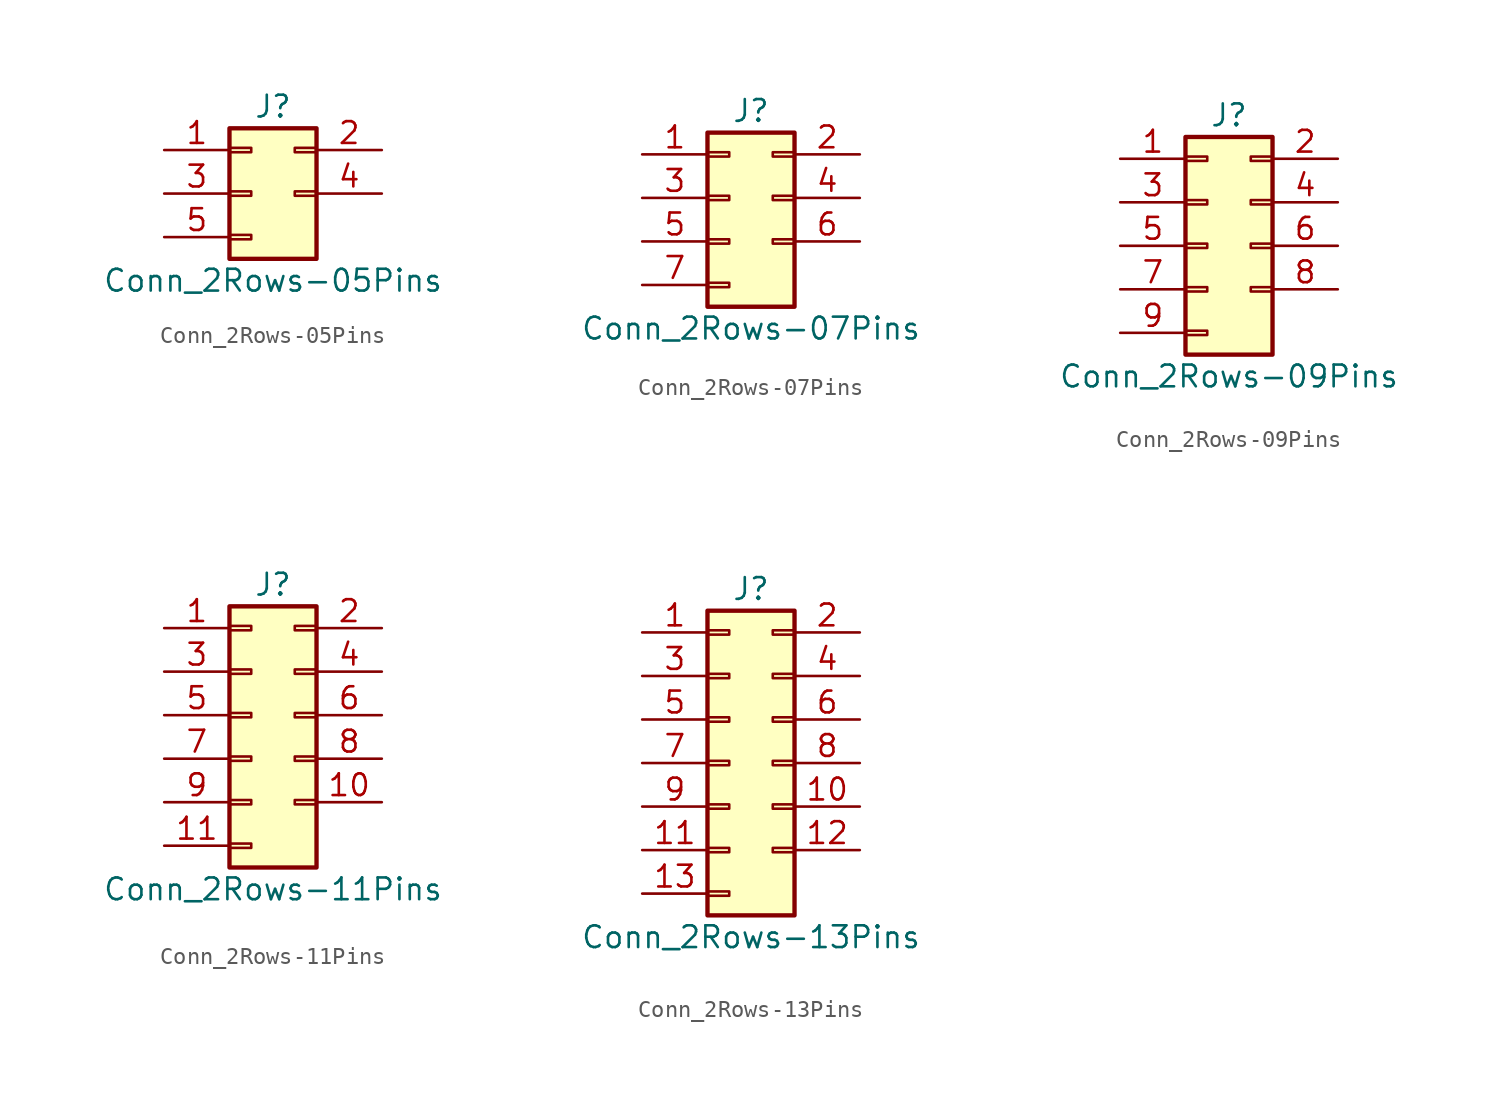
<source format=kicad_sym>
(kicad_symbol_lib
  (version 20201005)
  (generator kicad_symbol_editor)
  (symbol "Connector_Generic:Conn_2Rows-05Pins"
    (pin_names
      (offset 1.016) hide)
    (property "Reference" "J"
      (at 1.27 5.08 0)
      (effects (font (size 1.27 1.27))))
    (property "Value" "Conn_2Rows-05Pins"
      (at 1.27 -5.08 0)
      (effects (font (size 1.27 1.27))))
    (symbol "Conn_2Rows-05Pins_1_1"
      (rectangle (start -1.27 -2.413) (end 0 -2.667) (stroke (width 0.152)) (fill (type none)))
      (rectangle (start -1.27 2.667) (end 0 2.413) (stroke (width 0.152)) (fill (type none)))
      (rectangle (start -1.27 3.81) (end 3.81 -3.81) (stroke (width 0.254)) (fill (type background)))
      (rectangle (start -1.27 0.127) (end 0 -0.127) (stroke (width 0.152)) (fill (type none)))
      (rectangle (start 3.81 2.667) (end 2.54 2.413) (stroke (width 0.152)) (fill (type none)))
      (rectangle (start 3.81 0.127) (end 2.54 -0.127) (stroke (width 0.152)) (fill (type none)))
      (pin passive line (at -5.08 2.54 0) (length 3.81) (name "Pin_1" (effects (font (size 1.27 1.27)))) (number "1" (effects (font (size 1.27 1.27)))))
      (pin passive line (at 7.62 2.54 180) (length 3.81) (name "Pin_2" (effects (font (size 1.27 1.27)))) (number "2" (effects (font (size 1.27 1.27)))))
      (pin passive line (at -5.08 0 0) (length 3.81) (name "Pin_3" (effects (font (size 1.27 1.27)))) (number "3" (effects (font (size 1.27 1.27)))))
      (pin passive line (at 7.62 0 180) (length 3.81) (name "Pin_4" (effects (font (size 1.27 1.27)))) (number "4" (effects (font (size 1.27 1.27)))))
      (pin passive line (at -5.08 -2.54 0) (length 3.81) (name "Pin_5" (effects (font (size 1.27 1.27)))) (number "5" (effects (font (size 1.27 1.27)))))))
  (symbol "Connector_Generic:Conn_2Rows-07Pins"
    (pin_names
      (offset 1.016) hide)
    (property "Reference" "J"
      (at 1.27 5.08 0)
      (effects (font (size 1.27 1.27))))
    (property "Value" "Conn_2Rows-07Pins"
      (at 1.27 -7.62 0)
      (effects (font (size 1.27 1.27))))
    (symbol "Conn_2Rows-07Pins_1_1"
      (rectangle (start -1.27 -4.953) (end 0 -5.207) (stroke (width 0.152)) (fill (type none)))
      (rectangle (start -1.27 -2.413) (end 0 -2.667) (stroke (width 0.152)) (fill (type none)))
      (rectangle (start -1.27 2.667) (end 0 2.413) (stroke (width 0.152)) (fill (type none)))
      (rectangle (start -1.27 3.81) (end 3.81 -6.35) (stroke (width 0.254)) (fill (type background)))
      (rectangle (start -1.27 0.127) (end 0 -0.127) (stroke (width 0.152)) (fill (type none)))
      (rectangle (start 3.81 -2.413) (end 2.54 -2.667) (stroke (width 0.152)) (fill (type none)))
      (rectangle (start 3.81 2.667) (end 2.54 2.413) (stroke (width 0.152)) (fill (type none)))
      (rectangle (start 3.81 0.127) (end 2.54 -0.127) (stroke (width 0.152)) (fill (type none)))
      (pin passive line (at -5.08 2.54 0) (length 3.81) (name "Pin_1" (effects (font (size 1.27 1.27)))) (number "1" (effects (font (size 1.27 1.27)))))
      (pin passive line (at 7.62 2.54 180) (length 3.81) (name "Pin_2" (effects (font (size 1.27 1.27)))) (number "2" (effects (font (size 1.27 1.27)))))
      (pin passive line (at -5.08 0 0) (length 3.81) (name "Pin_3" (effects (font (size 1.27 1.27)))) (number "3" (effects (font (size 1.27 1.27)))))
      (pin passive line (at 7.62 0 180) (length 3.81) (name "Pin_4" (effects (font (size 1.27 1.27)))) (number "4" (effects (font (size 1.27 1.27)))))
      (pin passive line (at -5.08 -2.54 0) (length 3.81) (name "Pin_5" (effects (font (size 1.27 1.27)))) (number "5" (effects (font (size 1.27 1.27)))))
      (pin passive line (at 7.62 -2.54 180) (length 3.81) (name "Pin_6" (effects (font (size 1.27 1.27)))) (number "6" (effects (font (size 1.27 1.27)))))
      (pin passive line (at -5.08 -5.08 0) (length 3.81) (name "Pin_7" (effects (font (size 1.27 1.27)))) (number "7" (effects (font (size 1.27 1.27)))))))
  (symbol "Connector_Generic:Conn_2Rows-09Pins"
    (pin_names
      (offset 1.016) hide)
    (property "Reference" "J"
      (at 1.27 7.62 0)
      (effects (font (size 1.27 1.27))))
    (property "Value" "Conn_2Rows-09Pins"
      (at 1.27 -7.62 0)
      (effects (font (size 1.27 1.27))))
    (symbol "Conn_2Rows-09Pins_1_1"
      (rectangle (start -1.27 -4.953) (end 0 -5.207) (stroke (width 0.152)) (fill (type none)))
      (rectangle (start -1.27 -2.413) (end 0 -2.667) (stroke (width 0.152)) (fill (type none)))
      (rectangle (start -1.27 2.667) (end 0 2.413) (stroke (width 0.152)) (fill (type none)))
      (rectangle (start -1.27 5.207) (end 0 4.953) (stroke (width 0.152)) (fill (type none)))
      (rectangle (start -1.27 6.35) (end 3.81 -6.35) (stroke (width 0.254)) (fill (type background)))
      (rectangle (start -1.27 0.127) (end 0 -0.127) (stroke (width 0.152)) (fill (type none)))
      (rectangle (start 3.81 -2.413) (end 2.54 -2.667) (stroke (width 0.152)) (fill (type none)))
      (rectangle (start 3.81 2.667) (end 2.54 2.413) (stroke (width 0.152)) (fill (type none)))
      (rectangle (start 3.81 5.207) (end 2.54 4.953) (stroke (width 0.152)) (fill (type none)))
      (rectangle (start 3.81 0.127) (end 2.54 -0.127) (stroke (width 0.152)) (fill (type none)))
      (pin passive line (at -5.08 5.08 0) (length 3.81) (name "Pin_1" (effects (font (size 1.27 1.27)))) (number "1" (effects (font (size 1.27 1.27)))))
      (pin passive line (at 7.62 5.08 180) (length 3.81) (name "Pin_2" (effects (font (size 1.27 1.27)))) (number "2" (effects (font (size 1.27 1.27)))))
      (pin passive line (at -5.08 2.54 0) (length 3.81) (name "Pin_3" (effects (font (size 1.27 1.27)))) (number "3" (effects (font (size 1.27 1.27)))))
      (pin passive line (at 7.62 2.54 180) (length 3.81) (name "Pin_4" (effects (font (size 1.27 1.27)))) (number "4" (effects (font (size 1.27 1.27)))))
      (pin passive line (at -5.08 0 0) (length 3.81) (name "Pin_5" (effects (font (size 1.27 1.27)))) (number "5" (effects (font (size 1.27 1.27)))))
      (pin passive line (at 7.62 0 180) (length 3.81) (name "Pin_6" (effects (font (size 1.27 1.27)))) (number "6" (effects (font (size 1.27 1.27)))))
      (pin passive line (at -5.08 -2.54 0) (length 3.81) (name "Pin_7" (effects (font (size 1.27 1.27)))) (number "7" (effects (font (size 1.27 1.27)))))
      (pin passive line (at 7.62 -2.54 180) (length 3.81) (name "Pin_8" (effects (font (size 1.27 1.27)))) (number "8" (effects (font (size 1.27 1.27)))))
      (pin passive line (at -5.08 -5.08 0) (length 3.81) (name "Pin_9" (effects (font (size 1.27 1.27)))) (number "9" (effects (font (size 1.27 1.27)))))))
  (symbol "Connector_Generic:Conn_2Rows-11Pins"
    (pin_names
      (offset 1.016) hide)
    (property "Reference" "J"
      (at 1.27 7.62 0)
      (effects (font (size 1.27 1.27))))
    (property "Value" "Conn_2Rows-11Pins"
      (at 1.27 -10.16 0)
      (effects (font (size 1.27 1.27))))
    (symbol "Conn_2Rows-11Pins_1_1"
      (rectangle (start -1.27 -4.953) (end 0 -5.207) (stroke (width 0.152)) (fill (type none)))
      (rectangle (start -1.27 -7.493) (end 0 -7.747) (stroke (width 0.152)) (fill (type none)))
      (rectangle (start -1.27 -2.413) (end 0 -2.667) (stroke (width 0.152)) (fill (type none)))
      (rectangle (start -1.27 2.667) (end 0 2.413) (stroke (width 0.152)) (fill (type none)))
      (rectangle (start -1.27 5.207) (end 0 4.953) (stroke (width 0.152)) (fill (type none)))
      (rectangle (start -1.27 6.35) (end 3.81 -8.89) (stroke (width 0.254)) (fill (type background)))
      (rectangle (start -1.27 0.127) (end 0 -0.127) (stroke (width 0.152)) (fill (type none)))
      (rectangle (start 3.81 -4.953) (end 2.54 -5.207) (stroke (width 0.152)) (fill (type none)))
      (rectangle (start 3.81 -2.413) (end 2.54 -2.667) (stroke (width 0.152)) (fill (type none)))
      (rectangle (start 3.81 2.667) (end 2.54 2.413) (stroke (width 0.152)) (fill (type none)))
      (rectangle (start 3.81 5.207) (end 2.54 4.953) (stroke (width 0.152)) (fill (type none)))
      (rectangle (start 3.81 0.127) (end 2.54 -0.127) (stroke (width 0.152)) (fill (type none)))
      (pin passive line (at -5.08 5.08 0) (length 3.81) (name "Pin_1" (effects (font (size 1.27 1.27)))) (number "1" (effects (font (size 1.27 1.27)))))
      (pin passive line (at 7.62 -5.08 180) (length 3.81) (name "Pin_10" (effects (font (size 1.27 1.27)))) (number "10" (effects (font (size 1.27 1.27)))))
      (pin passive line (at -5.08 -7.62 0) (length 3.81) (name "Pin_11" (effects (font (size 1.27 1.27)))) (number "11" (effects (font (size 1.27 1.27)))))
      (pin passive line (at 7.62 5.08 180) (length 3.81) (name "Pin_2" (effects (font (size 1.27 1.27)))) (number "2" (effects (font (size 1.27 1.27)))))
      (pin passive line (at -5.08 2.54 0) (length 3.81) (name "Pin_3" (effects (font (size 1.27 1.27)))) (number "3" (effects (font (size 1.27 1.27)))))
      (pin passive line (at 7.62 2.54 180) (length 3.81) (name "Pin_4" (effects (font (size 1.27 1.27)))) (number "4" (effects (font (size 1.27 1.27)))))
      (pin passive line (at -5.08 0 0) (length 3.81) (name "Pin_5" (effects (font (size 1.27 1.27)))) (number "5" (effects (font (size 1.27 1.27)))))
      (pin passive line (at 7.62 0 180) (length 3.81) (name "Pin_6" (effects (font (size 1.27 1.27)))) (number "6" (effects (font (size 1.27 1.27)))))
      (pin passive line (at -5.08 -2.54 0) (length 3.81) (name "Pin_7" (effects (font (size 1.27 1.27)))) (number "7" (effects (font (size 1.27 1.27)))))
      (pin passive line (at 7.62 -2.54 180) (length 3.81) (name "Pin_8" (effects (font (size 1.27 1.27)))) (number "8" (effects (font (size 1.27 1.27)))))
      (pin passive line (at -5.08 -5.08 0) (length 3.81) (name "Pin_9" (effects (font (size 1.27 1.27)))) (number "9" (effects (font (size 1.27 1.27)))))))
  (symbol "Connector_Generic:Conn_2Rows-13Pins"
    (pin_names
      (offset 1.016) hide)
    (property "Reference" "J"
      (at 1.27 10.16 0)
      (effects (font (size 1.27 1.27))))
    (property "Value" "Conn_2Rows-13Pins"
      (at 1.27 -10.16 0)
      (effects (font (size 1.27 1.27))))
    (symbol "Conn_2Rows-13Pins_1_1"
      (rectangle (start -1.27 -4.953) (end 0 -5.207) (stroke (width 0.152)) (fill (type none)))
      (rectangle (start -1.27 -7.493) (end 0 -7.747) (stroke (width 0.152)) (fill (type none)))
      (rectangle (start -1.27 -2.413) (end 0 -2.667) (stroke (width 0.152)) (fill (type none)))
      (rectangle (start -1.27 2.667) (end 0 2.413) (stroke (width 0.152)) (fill (type none)))
      (rectangle (start -1.27 5.207) (end 0 4.953) (stroke (width 0.152)) (fill (type none)))
      (rectangle (start -1.27 7.747) (end 0 7.493) (stroke (width 0.152)) (fill (type none)))
      (rectangle (start -1.27 8.89) (end 3.81 -8.89) (stroke (width 0.254)) (fill (type background)))
      (rectangle (start -1.27 0.127) (end 0 -0.127) (stroke (width 0.152)) (fill (type none)))
      (rectangle (start 3.81 -4.953) (end 2.54 -5.207) (stroke (width 0.152)) (fill (type none)))
      (rectangle (start 3.81 -2.413) (end 2.54 -2.667) (stroke (width 0.152)) (fill (type none)))
      (rectangle (start 3.81 2.667) (end 2.54 2.413) (stroke (width 0.152)) (fill (type none)))
      (rectangle (start 3.81 5.207) (end 2.54 4.953) (stroke (width 0.152)) (fill (type none)))
      (rectangle (start 3.81 7.747) (end 2.54 7.493) (stroke (width 0.152)) (fill (type none)))
      (rectangle (start 3.81 0.127) (end 2.54 -0.127) (stroke (width 0.152)) (fill (type none)))
      (pin passive line (at -5.08 7.62 0) (length 3.81) (name "Pin_1" (effects (font (size 1.27 1.27)))) (number "1" (effects (font (size 1.27 1.27)))))
      (pin passive line (at 7.62 -2.54 180) (length 3.81) (name "Pin_10" (effects (font (size 1.27 1.27)))) (number "10" (effects (font (size 1.27 1.27)))))
      (pin passive line (at -5.08 -5.08 0) (length 3.81) (name "Pin_11" (effects (font (size 1.27 1.27)))) (number "11" (effects (font (size 1.27 1.27)))))
      (pin passive line (at 7.62 -5.08 180) (length 3.81) (name "Pin_12" (effects (font (size 1.27 1.27)))) (number "12" (effects (font (size 1.27 1.27)))))
      (pin passive line (at -5.08 -7.62 0) (length 3.81) (name "Pin_13" (effects (font (size 1.27 1.27)))) (number "13" (effects (font (size 1.27 1.27)))))
      (pin passive line (at 7.62 7.62 180) (length 3.81) (name "Pin_2" (effects (font (size 1.27 1.27)))) (number "2" (effects (font (size 1.27 1.27)))))
      (pin passive line (at -5.08 5.08 0) (length 3.81) (name "Pin_3" (effects (font (size 1.27 1.27)))) (number "3" (effects (font (size 1.27 1.27)))))
      (pin passive line (at 7.62 5.08 180) (length 3.81) (name "Pin_4" (effects (font (size 1.27 1.27)))) (number "4" (effects (font (size 1.27 1.27)))))
      (pin passive line (at -5.08 2.54 0) (length 3.81) (name "Pin_5" (effects (font (size 1.27 1.27)))) (number "5" (effects (font (size 1.27 1.27)))))
      (pin passive line (at 7.62 2.54 180) (length 3.81) (name "Pin_6" (effects (font (size 1.27 1.27)))) (number "6" (effects (font (size 1.27 1.27)))))
      (pin passive line (at -5.08 0 0) (length 3.81) (name "Pin_7" (effects (font (size 1.27 1.27)))) (number "7" (effects (font (size 1.27 1.27)))))
      (pin passive line (at 7.62 0 180) (length 3.81) (name "Pin_8" (effects (font (size 1.27 1.27)))) (number "8" (effects (font (size 1.27 1.27)))))
      (pin passive line (at -5.08 -2.54 0) (length 3.81) (name "Pin_9" (effects (font (size 1.27 1.27)))) (number "9" (effects (font (size 1.27 1.27))))))))
</source>
